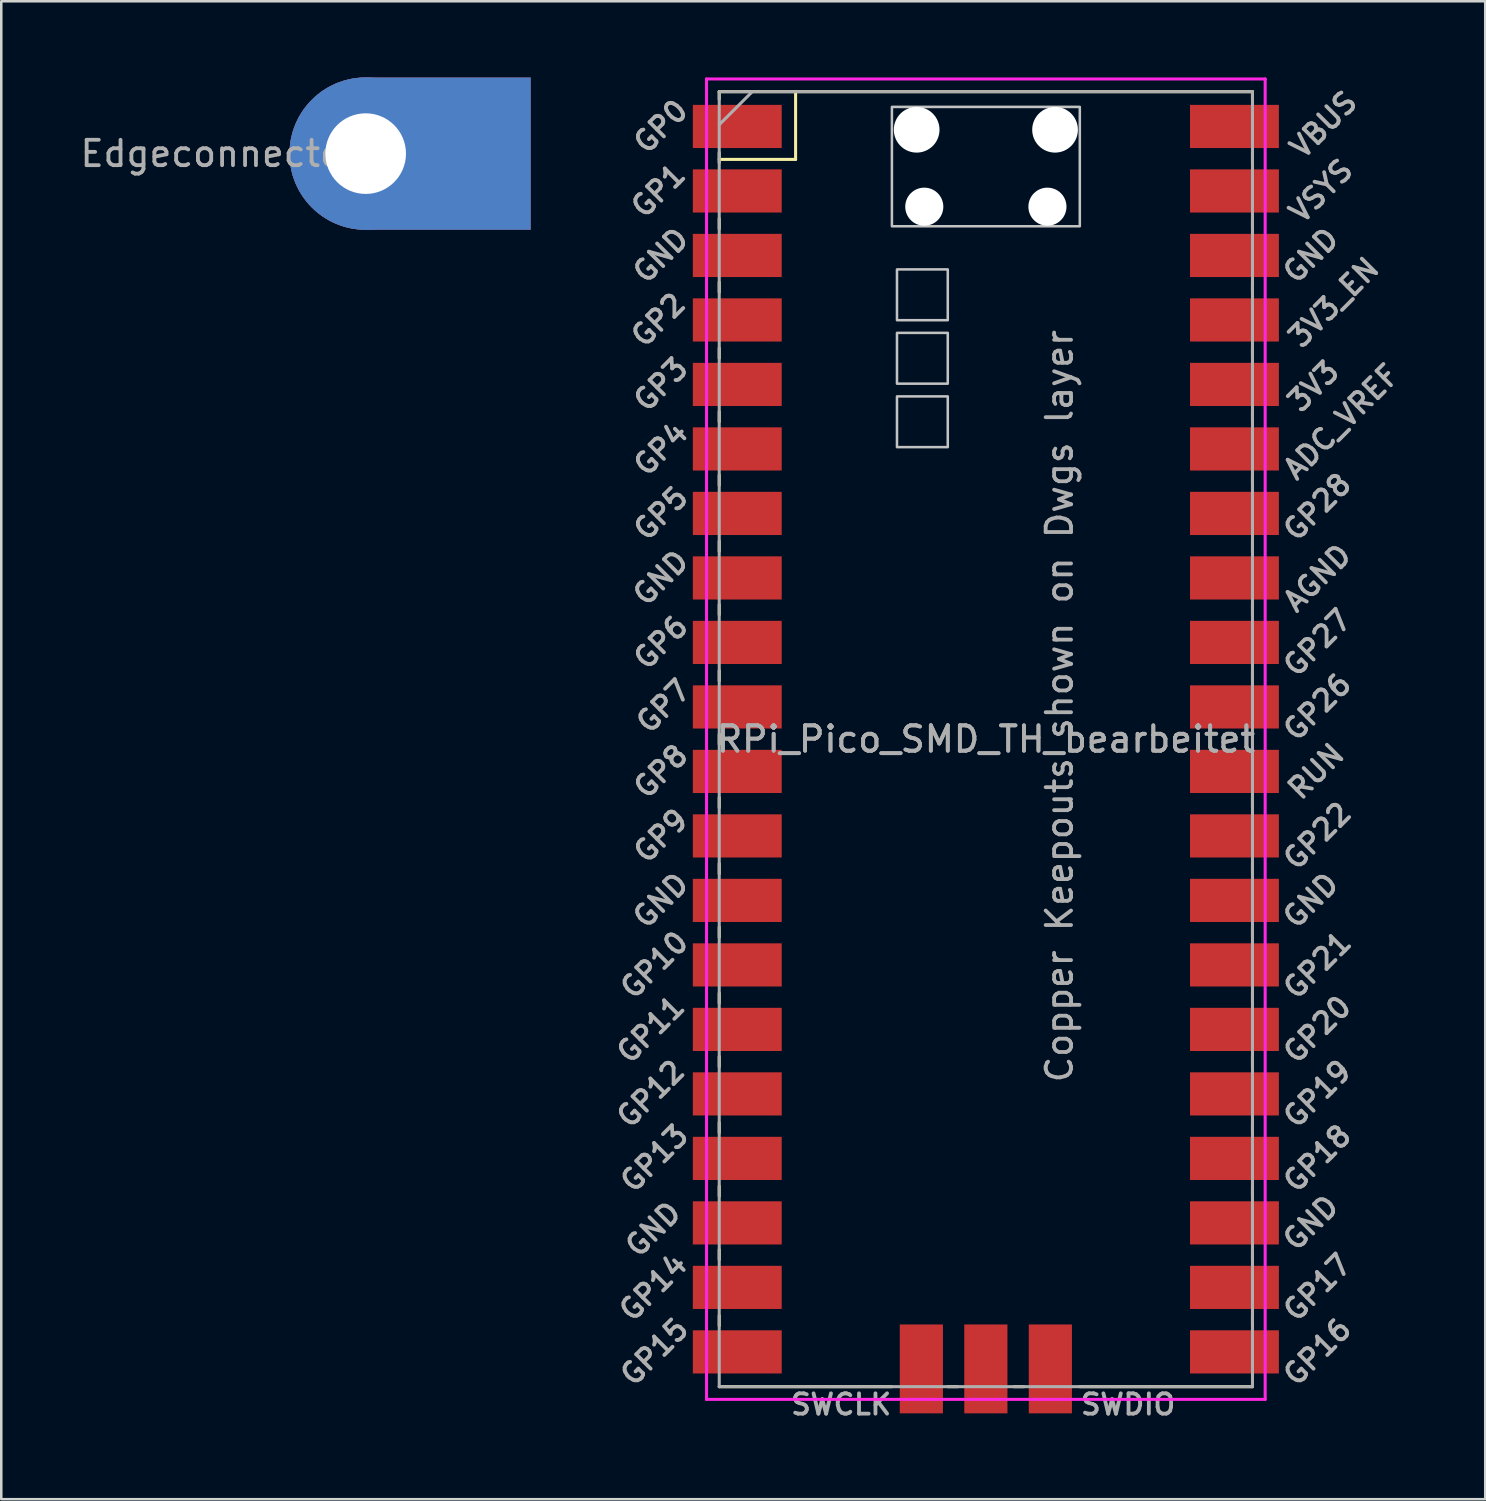
<source format=kicad_pcb>
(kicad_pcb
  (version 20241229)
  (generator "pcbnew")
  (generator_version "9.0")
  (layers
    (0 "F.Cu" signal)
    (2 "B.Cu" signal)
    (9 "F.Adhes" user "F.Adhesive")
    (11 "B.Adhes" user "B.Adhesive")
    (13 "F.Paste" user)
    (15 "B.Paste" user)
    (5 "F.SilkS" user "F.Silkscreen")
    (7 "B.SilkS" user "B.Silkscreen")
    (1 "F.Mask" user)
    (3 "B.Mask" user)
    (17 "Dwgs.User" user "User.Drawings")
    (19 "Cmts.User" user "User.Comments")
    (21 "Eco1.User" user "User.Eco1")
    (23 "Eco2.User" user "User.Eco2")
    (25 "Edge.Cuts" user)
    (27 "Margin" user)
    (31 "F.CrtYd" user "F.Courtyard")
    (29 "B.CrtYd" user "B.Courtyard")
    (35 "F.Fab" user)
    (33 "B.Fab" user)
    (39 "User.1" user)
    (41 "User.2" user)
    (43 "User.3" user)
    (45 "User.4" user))
  (footprint "RPi_Pico_SMD_TH_bearbeitet"
    (layer "F.Cu")
    (at 35.775 26.06)
    (property "Reference" "RPi_Pico_SMD_TH_bearbeitet" (at 0 0 0) (layer "F.Fab") (effects (font (size 1 1) (thickness 0.15))))
    (attr through_hole)
    (fp_line (start -10.5 -25.5) (end -10.5 -25.2) (stroke (width 0.12) (type solid)) (layer "F.SilkS"))
    (fp_line (start -10.5 -25.5) (end 10.5 -25.5) (stroke (width 0.12) (type solid)) (layer "F.SilkS"))
    (fp_line (start -10.5 -23.1) (end -10.5 -22.7) (stroke (width 0.12) (type solid)) (layer "F.SilkS"))
    (fp_line (start -10.5 -22.833) (end -7.493 -22.833) (stroke (width 0.12) (type solid)) (layer "F.SilkS"))
    (fp_line (start -10.5 -20.5) (end -10.5 -20.1) (stroke (width 0.12) (type solid)) (layer "F.SilkS"))
    (fp_line (start -10.5 -18) (end -10.5 -17.6) (stroke (width 0.12) (type solid)) (layer "F.SilkS"))
    (fp_line (start -10.5 -15.4) (end -10.5 -15) (stroke (width 0.12) (type solid)) (layer "F.SilkS"))
    (fp_line (start -10.5 -12.9) (end -10.5 -12.5) (stroke (width 0.12) (type solid)) (layer "F.SilkS"))
    (fp_line (start -10.5 -10.4) (end -10.5 -10) (stroke (width 0.12) (type solid)) (layer "F.SilkS"))
    (fp_line (start -10.5 -7.8) (end -10.5 -7.4) (stroke (width 0.12) (type solid)) (layer "F.SilkS"))
    (fp_line (start -10.5 -5.3) (end -10.5 -4.9) (stroke (width 0.12) (type solid)) (layer "F.SilkS"))
    (fp_line (start -10.5 -2.7) (end -10.5 -2.3) (stroke (width 0.12) (type solid)) (layer "F.SilkS"))
    (fp_line (start -10.5 -0.2) (end -10.5 0.2) (stroke (width 0.12) (type solid)) (layer "F.SilkS"))
    (fp_line (start -10.5 2.3) (end -10.5 2.7) (stroke (width 0.12) (type solid)) (layer "F.SilkS"))
    (fp_line (start -10.5 4.9) (end -10.5 5.3) (stroke (width 0.12) (type solid)) (layer "F.SilkS"))
    (fp_line (start -10.5 7.4) (end -10.5 7.8) (stroke (width 0.12) (type solid)) (layer "F.SilkS"))
    (fp_line (start -10.5 10) (end -10.5 10.4) (stroke (width 0.12) (type solid)) (layer "F.SilkS"))
    (fp_line (start -10.5 12.5) (end -10.5 12.9) (stroke (width 0.12) (type solid)) (layer "F.SilkS"))
    (fp_line (start -10.5 15.1) (end -10.5 15.5) (stroke (width 0.12) (type solid)) (layer "F.SilkS"))
    (fp_line (start -10.5 17.6) (end -10.5 18) (stroke (width 0.12) (type solid)) (layer "F.SilkS"))
    (fp_line (start -10.5 20.1) (end -10.5 20.5) (stroke (width 0.12) (type solid)) (layer "F.SilkS"))
    (fp_line (start -10.5 22.7) (end -10.5 23.1) (stroke (width 0.12) (type solid)) (layer "F.SilkS"))
    (fp_line (start -7.493 -22.833) (end -7.493 -25.5) (stroke (width 0.12) (type solid)) (layer "F.SilkS"))
    (fp_line (start -3.7 25.5) (end -10.5 25.5) (stroke (width 0.12) (type solid)) (layer "F.SilkS"))
    (fp_line (start -1.5 25.5) (end -1.1 25.5) (stroke (width 0.12) (type solid)) (layer "F.SilkS"))
    (fp_line (start 1.1 25.5) (end 1.5 25.5) (stroke (width 0.12) (type solid)) (layer "F.SilkS"))
    (fp_line (start 10.5 -25.5) (end 10.5 -25.2) (stroke (width 0.12) (type solid)) (layer "F.SilkS"))
    (fp_line (start 10.5 -23.1) (end 10.5 -22.7) (stroke (width 0.12) (type solid)) (layer "F.SilkS"))
    (fp_line (start 10.5 -20.5) (end 10.5 -20.1) (stroke (width 0.12) (type solid)) (layer "F.SilkS"))
    (fp_line (start 10.5 -18) (end 10.5 -17.6) (stroke (width 0.12) (type solid)) (layer "F.SilkS"))
    (fp_line (start 10.5 -15.4) (end 10.5 -15) (stroke (width 0.12) (type solid)) (layer "F.SilkS"))
    (fp_line (start 10.5 -12.9) (end 10.5 -12.5) (stroke (width 0.12) (type solid)) (layer "F.SilkS"))
    (fp_line (start 10.5 -10.4) (end 10.5 -10) (stroke (width 0.12) (type solid)) (layer "F.SilkS"))
    (fp_line (start 10.5 -7.8) (end 10.5 -7.4) (stroke (width 0.12) (type solid)) (layer "F.SilkS"))
    (fp_line (start 10.5 -5.3) (end 10.5 -4.9) (stroke (width 0.12) (type solid)) (layer "F.SilkS"))
    (fp_line (start 10.5 -2.7) (end 10.5 -2.3) (stroke (width 0.12) (type solid)) (layer "F.SilkS"))
    (fp_line (start 10.5 -0.2) (end 10.5 0.2) (stroke (width 0.12) (type solid)) (layer "F.SilkS"))
    (fp_line (start 10.5 2.3) (end 10.5 2.7) (stroke (width 0.12) (type solid)) (layer "F.SilkS"))
    (fp_line (start 10.5 4.9) (end 10.5 5.3) (stroke (width 0.12) (type solid)) (layer "F.SilkS"))
    (fp_line (start 10.5 7.4) (end 10.5 7.8) (stroke (width 0.12) (type solid)) (layer "F.SilkS"))
    (fp_line (start 10.5 10) (end 10.5 10.4) (stroke (width 0.12) (type solid)) (layer "F.SilkS"))
    (fp_line (start 10.5 12.5) (end 10.5 12.9) (stroke (width 0.12) (type solid)) (layer "F.SilkS"))
    (fp_line (start 10.5 15.1) (end 10.5 15.5) (stroke (width 0.12) (type solid)) (layer "F.SilkS"))
    (fp_line (start 10.5 17.6) (end 10.5 18) (stroke (width 0.12) (type solid)) (layer "F.SilkS"))
    (fp_line (start 10.5 20.1) (end 10.5 20.5) (stroke (width 0.12) (type solid)) (layer "F.SilkS"))
    (fp_line (start 10.5 22.7) (end 10.5 23.1) (stroke (width 0.12) (type solid)) (layer "F.SilkS"))
    (fp_line (start 10.5 25.5) (end 3.7 25.5) (stroke (width 0.12) (type solid)) (layer "F.SilkS"))
    (fp_poly (pts (xy -1.5 -16.5) (xy -3.5 -16.5) (xy -3.5 -18.5) (xy -1.5 -18.5)) (stroke (width 0.1) (type solid)) (fill no) (layer "Dwgs.User"))
    (fp_poly (pts (xy -1.5 -14) (xy -3.5 -14) (xy -3.5 -16) (xy -1.5 -16)) (stroke (width 0.1) (type solid)) (fill no) (layer "Dwgs.User"))
    (fp_poly (pts (xy -1.5 -11.5) (xy -3.5 -11.5) (xy -3.5 -13.5) (xy -1.5 -13.5)) (stroke (width 0.1) (type solid)) (fill no) (layer "Dwgs.User"))
    (fp_poly (pts (xy 3.7 -20.2) (xy -3.7 -20.2) (xy -3.7 -24.9) (xy 3.7 -24.9)) (stroke (width 0.1) (type solid)) (fill no) (layer "Dwgs.User"))
    (fp_line (start -11 -26) (end 11 -26) (stroke (width 0.12) (type solid)) (layer "F.CrtYd"))
    (fp_line (start -11 26) (end -11 -26) (stroke (width 0.12) (type solid)) (layer "F.CrtYd"))
    (fp_line (start 11 -26) (end 11 26) (stroke (width 0.12) (type solid)) (layer "F.CrtYd"))
    (fp_line (start 11 26) (end -11 26) (stroke (width 0.12) (type solid)) (layer "F.CrtYd"))
    (fp_line (start -10.5 -25.5) (end 10.5 -25.5) (stroke (width 0.12) (type solid)) (layer "F.Fab"))
    (fp_line (start -10.5 -24.2) (end -9.2 -25.5) (stroke (width 0.12) (type solid)) (layer "F.Fab"))
    (fp_line (start -10.5 25.5) (end -10.5 -25.5) (stroke (width 0.12) (type solid)) (layer "F.Fab"))
    (fp_line (start 10.5 -25.5) (end 10.5 25.5) (stroke (width 0.12) (type solid)) (layer "F.Fab"))
    (fp_line (start 10.5 25.5) (end -10.5 25.5) (stroke (width 0.12) (type solid)) (layer "F.Fab"))
    (fp_text user "GP17" (at 13.054 21.59 45) (layer "F.Fab") (effects (font (size 0.8 0.8) (thickness 0.15))))
    (fp_text user "GP22" (at 13.054 3.81 45) (layer "F.Fab") (effects (font (size 0.8 0.8) (thickness 0.15))))
    (fp_text user "GND" (at 12.8 -19.05 45) (layer "F.Fab") (effects (font (size 0.8 0.8) (thickness 0.15))))
    (fp_text user "GND" (at 12.8 19.05 45) (layer "F.Fab") (effects (font (size 0.8 0.8) (thickness 0.15))))
    (fp_text user "GP16" (at 13.054 24.13 45) (layer "F.Fab") (effects (font (size 0.8 0.8) (thickness 0.15))))
    (fp_text user "GP8" (at -12.8 1.27 45) (layer "F.Fab") (effects (font (size 0.8 0.8) (thickness 0.15))))
    (fp_text user "GND" (at 12.8 6.35 45) (layer "F.Fab") (effects (font (size 0.8 0.8) (thickness 0.15))))
    (fp_text user "RUN" (at 13 1.27 45) (layer "F.Fab") (effects (font (size 0.8 0.8) (thickness 0.15))))
    (fp_text user "GP12" (at -13.2 13.97 45) (layer "F.Fab") (effects (font (size 0.8 0.8) (thickness 0.15))))
    (fp_text user "GP13" (at -13.054 16.51 45) (layer "F.Fab") (effects (font (size 0.8 0.8) (thickness 0.15))))
    (fp_text user "3V3_EN" (at 13.7 -17.2 45) (layer "F.Fab") (effects (font (size 0.8 0.8) (thickness 0.15))))
    (fp_text user "GP26" (at 13.054 -1.27 45) (layer "F.Fab") (effects (font (size 0.8 0.8) (thickness 0.15))))
    (fp_text user "3V3" (at 12.9 -13.9 45) (layer "F.Fab") (effects (font (size 0.8 0.8) (thickness 0.15))))
    (fp_text user "GP3" (at -12.8 -13.97 45) (layer "F.Fab") (effects (font (size 0.8 0.8) (thickness 0.15))))
    (fp_text user "${REFERENCE}" (at 0 0 180) (layer "F.Fab") (effects (font (size 1 1) (thickness 0.15))))
    (fp_text user "GP4" (at -12.8 -11.43 45) (layer "F.Fab") (effects (font (size 0.8 0.8) (thickness 0.15))))
    (fp_text user "GP21" (at 13.054 8.9 45) (layer "F.Fab") (effects (font (size 0.8 0.8) (thickness 0.15))))
    (fp_text user "GP6" (at -12.8 -3.81 45) (layer "F.Fab") (effects (font (size 0.8 0.8) (thickness 0.15))))
    (fp_text user "SWCLK" (at -5.7 26.2 0) (layer "F.Fab") (effects (font (size 0.8 0.8) (thickness 0.15))))
    (fp_text user "GP10" (at -13.054 8.89 45) (layer "F.Fab") (effects (font (size 0.8 0.8) (thickness 0.15))))
    (fp_text user "GND" (at -13.1 19.3 45) (layer "F.Fab") (effects (font (size 0.8 0.8) (thickness 0.15))))
    (fp_text user "GND" (at -12.8 -19.05 45) (layer "F.Fab") (effects (font (size 0.8 0.8) (thickness 0.15))))
    (fp_text user "GP7" (at -12.7 -1.3 45) (layer "F.Fab") (effects (font (size 0.8 0.8) (thickness 0.15))))
    (fp_text user "AGND" (at 13.054 -6.35 45) (layer "F.Fab") (effects (font (size 0.8 0.8) (thickness 0.15))))
    (fp_text user "Copper Keepouts shown on Dwgs layer" (at 2.9 -1.3 90) (layer "F.Fab") (effects (font (size 1 1) (thickness 0.15))))
    (fp_text user "VBUS" (at 13.3 -24.2 45) (layer "F.Fab") (effects (font (size 0.8 0.8) (thickness 0.15))))
    (fp_text user "GP1" (at -12.9 -21.6 45) (layer "F.Fab") (effects (font (size 0.8 0.8) (thickness 0.15))))
    (fp_text user "GND" (at -12.8 -6.35 45) (layer "F.Fab") (effects (font (size 0.8 0.8) (thickness 0.15))))
    (fp_text user "GP11" (at -13.2 11.43 45) (layer "F.Fab") (effects (font (size 0.8 0.8) (thickness 0.15))))
    (fp_text user "GP9" (at -12.8 3.81 45) (layer "F.Fab") (effects (font (size 0.8 0.8) (thickness 0.15))))
    (fp_text user "GP5" (at -12.8 -8.89 45) (layer "F.Fab") (effects (font (size 0.8 0.8) (thickness 0.15))))
    (fp_text user "GND" (at -12.8 6.35 45) (layer "F.Fab") (effects (font (size 0.8 0.8) (thickness 0.15))))
    (fp_text user "GP19" (at 13.054 13.97 45) (layer "F.Fab") (effects (font (size 0.8 0.8) (thickness 0.15))))
    (fp_text user "GP27" (at 13.054 -3.8 45) (layer "F.Fab") (effects (font (size 0.8 0.8) (thickness 0.15))))
    (fp_text user "GP20" (at 13.054 11.43 45) (layer "F.Fab") (effects (font (size 0.8 0.8) (thickness 0.15))))
    (fp_text user "GP28" (at 13.054 -9.144 45) (layer "F.Fab") (effects (font (size 0.8 0.8) (thickness 0.15))))
    (fp_text user "GP0" (at -12.8 -24.13 45) (layer "F.Fab") (effects (font (size 0.8 0.8) (thickness 0.15))))
    (fp_text user "GP14" (at -13.1 21.59 45) (layer "F.Fab") (effects (font (size 0.8 0.8) (thickness 0.15))))
    (fp_text user "GP18" (at 13.054 16.51 45) (layer "F.Fab") (effects (font (size 0.8 0.8) (thickness 0.15))))
    (fp_text user "VSYS" (at 13.2 -21.59 45) (layer "F.Fab") (effects (font (size 0.8 0.8) (thickness 0.15))))
    (fp_text user "ADC_VREF" (at 14 -12.5 45) (layer "F.Fab") (effects (font (size 0.8 0.8) (thickness 0.15))))
    (fp_text user "SWDIO" (at 5.6 26.2 0) (layer "F.Fab") (effects (font (size 0.8 0.8) (thickness 0.15))))
    (fp_text user "GP15" (at -13.054 24.13 45) (layer "F.Fab") (effects (font (size 0.8 0.8) (thickness 0.15))))
    (fp_text user "GP2" (at -12.9 -16.51 45) (layer "F.Fab") (effects (font (size 0.8 0.8) (thickness 0.15))))
    (pad "" np_thru_hole oval (at -2.725 -24) (size 1.8 1.8) (drill 1.8) (layers "*.Cu" "*.Mask"))
    (pad "" np_thru_hole oval (at -2.425 -20.97) (size 1.5 1.5) (drill 1.5) (layers "*.Cu" "*.Mask"))
    (pad "" np_thru_hole oval (at 2.425 -20.97) (size 1.5 1.5) (drill 1.5) (layers "*.Cu" "*.Mask"))
    (pad "" np_thru_hole oval (at 2.725 -24) (size 1.8 1.8) (drill 1.8) (layers "*.Cu" "*.Mask"))
    (pad "1" smd rect (at -8.89 -24.13) (size 3.5 1.7) (drill (offset -0.9 0)) (layers "F.Cu" "F.Mask" "F.Paste"))
    (pad "2" smd rect (at -8.89 -21.59) (size 3.5 1.7) (drill (offset -0.9 0)) (layers "F.Cu" "F.Mask" "F.Paste"))
    (pad "3" smd rect (at -8.89 -19.05) (size 3.5 1.7) (drill (offset -0.9 0)) (layers "F.Cu" "F.Mask" "F.Paste"))
    (pad "4" smd rect (at -8.89 -16.51) (size 3.5 1.7) (drill (offset -0.9 0)) (layers "F.Cu" "F.Mask" "F.Paste"))
    (pad "5" smd rect (at -8.89 -13.97) (size 3.5 1.7) (drill (offset -0.9 0)) (layers "F.Cu" "F.Mask" "F.Paste"))
    (pad "6" smd rect (at -8.89 -11.43) (size 3.5 1.7) (drill (offset -0.9 0)) (layers "F.Cu" "F.Mask" "F.Paste"))
    (pad "7" smd rect (at -8.89 -8.89) (size 3.5 1.7) (drill (offset -0.9 0)) (layers "F.Cu" "F.Mask" "F.Paste"))
    (pad "8" smd rect (at -8.89 -6.35) (size 3.5 1.7) (drill (offset -0.9 0)) (layers "F.Cu" "F.Mask" "F.Paste"))
    (pad "9" smd rect (at -8.89 -3.81) (size 3.5 1.7) (drill (offset -0.9 0)) (layers "F.Cu" "F.Mask" "F.Paste"))
    (pad "10" smd rect (at -8.89 -1.27) (size 3.5 1.7) (drill (offset -0.9 0)) (layers "F.Cu" "F.Mask" "F.Paste"))
    (pad "11" smd rect (at -8.89 1.27) (size 3.5 1.7) (drill (offset -0.9 0)) (layers "F.Cu" "F.Mask" "F.Paste"))
    (pad "12" smd rect (at -8.89 3.81) (size 3.5 1.7) (drill (offset -0.9 0)) (layers "F.Cu" "F.Mask" "F.Paste"))
    (pad "13" smd rect (at -8.89 6.35) (size 3.5 1.7) (drill (offset -0.9 0)) (layers "F.Cu" "F.Mask" "F.Paste"))
    (pad "14" smd rect (at -8.89 8.89) (size 3.5 1.7) (drill (offset -0.9 0)) (layers "F.Cu" "F.Mask" "F.Paste"))
    (pad "15" smd rect (at -8.89 11.43) (size 3.5 1.7) (drill (offset -0.9 0)) (layers "F.Cu" "F.Mask" "F.Paste"))
    (pad "16" smd rect (at -8.89 13.97) (size 3.5 1.7) (drill (offset -0.9 0)) (layers "F.Cu" "F.Mask" "F.Paste"))
    (pad "17" smd rect (at -8.89 16.51) (size 3.5 1.7) (drill (offset -0.9 0)) (layers "F.Cu" "F.Mask" "F.Paste"))
    (pad "18" smd rect (at -8.89 19.05) (size 3.5 1.7) (drill (offset -0.9 0)) (layers "F.Cu" "F.Mask" "F.Paste"))
    (pad "19" smd rect (at -8.89 21.59) (size 3.5 1.7) (drill (offset -0.9 0)) (layers "F.Cu" "F.Mask" "F.Paste"))
    (pad "20" smd rect (at -8.89 24.13) (size 3.5 1.7) (drill (offset -0.9 0)) (layers "F.Cu" "F.Mask" "F.Paste"))
    (pad "21" smd rect (at 8.89 24.13) (size 3.5 1.7) (drill (offset 0.9 0)) (layers "F.Cu" "F.Mask" "F.Paste"))
    (pad "22" smd rect (at 8.89 21.59) (size 3.5 1.7) (drill (offset 0.9 0)) (layers "F.Cu" "F.Mask" "F.Paste"))
    (pad "23" smd rect (at 8.89 19.05) (size 3.5 1.7) (drill (offset 0.9 0)) (layers "F.Cu" "F.Mask" "F.Paste"))
    (pad "24" smd rect (at 8.89 16.51) (size 3.5 1.7) (drill (offset 0.9 0)) (layers "F.Cu" "F.Mask" "F.Paste"))
    (pad "25" smd rect (at 8.89 13.97) (size 3.5 1.7) (drill (offset 0.9 0)) (layers "F.Cu" "F.Mask" "F.Paste"))
    (pad "26" smd rect (at 8.89 11.43) (size 3.5 1.7) (drill (offset 0.9 0)) (layers "F.Cu" "F.Mask" "F.Paste"))
    (pad "27" smd rect (at 8.89 8.89) (size 3.5 1.7) (drill (offset 0.9 0)) (layers "F.Cu" "F.Mask" "F.Paste"))
    (pad "28" smd rect (at 8.89 6.35) (size 3.5 1.7) (drill (offset 0.9 0)) (layers "F.Cu" "F.Mask" "F.Paste"))
    (pad "29" smd rect (at 8.89 3.81) (size 3.5 1.7) (drill (offset 0.9 0)) (layers "F.Cu" "F.Mask" "F.Paste"))
    (pad "30" smd rect (at 8.89 1.27) (size 3.5 1.7) (drill (offset 0.9 0)) (layers "F.Cu" "F.Mask" "F.Paste"))
    (pad "31" smd rect (at 8.89 -1.27) (size 3.5 1.7) (drill (offset 0.9 0)) (layers "F.Cu" "F.Mask" "F.Paste"))
    (pad "32" smd rect (at 8.89 -3.81) (size 3.5 1.7) (drill (offset 0.9 0)) (layers "F.Cu" "F.Mask" "F.Paste"))
    (pad "33" smd rect (at 8.89 -6.35) (size 3.5 1.7) (drill (offset 0.9 0)) (layers "F.Cu" "F.Mask" "F.Paste"))
    (pad "34" smd rect (at 8.89 -8.89) (size 3.5 1.7) (drill (offset 0.9 0)) (layers "F.Cu" "F.Mask" "F.Paste"))
    (pad "35" smd rect (at 8.89 -11.43) (size 3.5 1.7) (drill (offset 0.9 0)) (layers "F.Cu" "F.Mask" "F.Paste"))
    (pad "36" smd rect (at 8.89 -13.97) (size 3.5 1.7) (drill (offset 0.9 0)) (layers "F.Cu" "F.Mask" "F.Paste"))
    (pad "37" smd rect (at 8.89 -16.51) (size 3.5 1.7) (drill (offset 0.9 0)) (layers "F.Cu" "F.Mask" "F.Paste"))
    (pad "38" smd rect (at 8.89 -19.05) (size 3.5 1.7) (drill (offset 0.9 0)) (layers "F.Cu" "F.Mask" "F.Paste"))
    (pad "39" smd rect (at 8.89 -21.59) (size 3.5 1.7) (drill (offset 0.9 0)) (layers "F.Cu" "F.Mask" "F.Paste"))
    (pad "40" smd rect (at 8.89 -24.13) (size 3.5 1.7) (drill (offset 0.9 0)) (layers "F.Cu" "F.Mask" "F.Paste"))
    (pad "41" smd rect (at -2.54 23.9 90) (size 3.5 1.7) (drill (offset -0.9 0)) (layers "F.Cu" "F.Mask" "F.Paste"))
    (pad "42" smd rect (at 0 23.9 90) (size 3.5 1.7) (drill (offset -0.9 0)) (layers "F.Cu" "F.Mask" "F.Paste"))
    (pad "43" smd rect (at 2.54 23.9 90) (size 3.5 1.7) (drill (offset -0.9 0)) (layers "F.Cu" "F.Mask" "F.Paste")))
  (footprint "Edgeconnector"
    (layer "F.Cu")
    (at 11.351 3)
    (property "Reference" "Edgeconnector" (at -5.75 0 0) (layer "F.Fab") (effects (font (size 1 1) (thickness 0.15))))
    (attr through_hole)
    (pad "1" thru_hole circle (at 0 0) (size 6 6) (drill 3.175) (layers "*.Cu" "*.Mask"))
    (pad "1" smd custom (at 0 0) (size 6 6) (layers "F.Cu" "F.Mask") (options (anchor circle)) (primitives (gr_poly (pts (xy 6.5 3) (xy 0 3) (xy 0 -3) (xy 6.5 -3)) (width 0) (fill yes))))
    (pad "1" smd custom (at 0 0) (size 6 6) (layers "B.Cu" "B.Mask") (options (anchor circle)) (primitives (gr_poly (pts (xy 6.5 -3) (xy 0 -3) (xy 0 3) (xy 6.5 3)) (width 0) (fill yes)))))
  (gr_rect
    (start -3 -3)
    (end 55.442 55.991)
    (stroke (width 0.1) (type default))
    (fill no)
    (layer "Edge.Cuts")))
</source>
